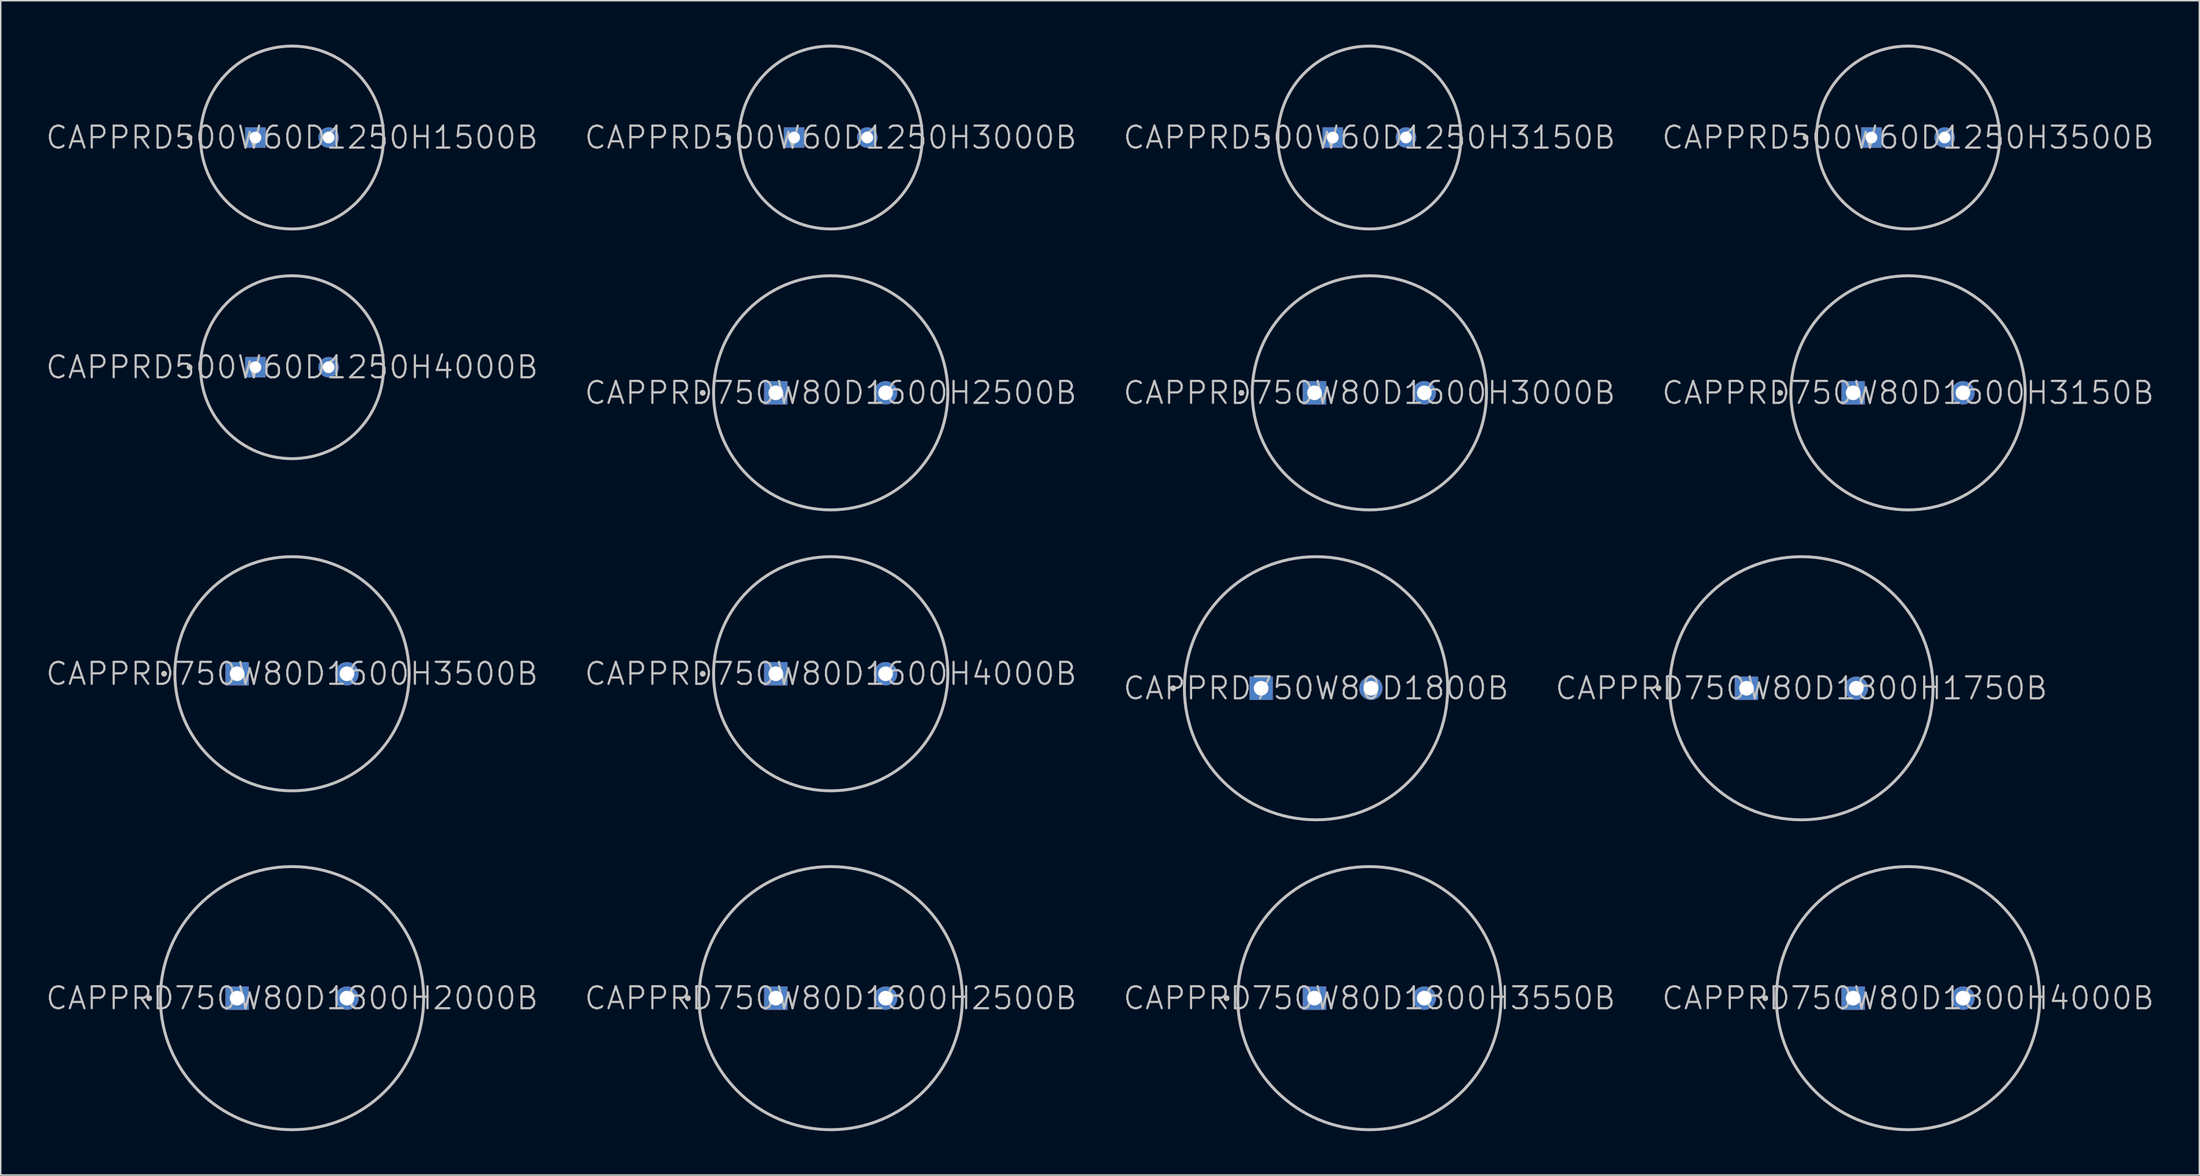
<source format=kicad_pcb>
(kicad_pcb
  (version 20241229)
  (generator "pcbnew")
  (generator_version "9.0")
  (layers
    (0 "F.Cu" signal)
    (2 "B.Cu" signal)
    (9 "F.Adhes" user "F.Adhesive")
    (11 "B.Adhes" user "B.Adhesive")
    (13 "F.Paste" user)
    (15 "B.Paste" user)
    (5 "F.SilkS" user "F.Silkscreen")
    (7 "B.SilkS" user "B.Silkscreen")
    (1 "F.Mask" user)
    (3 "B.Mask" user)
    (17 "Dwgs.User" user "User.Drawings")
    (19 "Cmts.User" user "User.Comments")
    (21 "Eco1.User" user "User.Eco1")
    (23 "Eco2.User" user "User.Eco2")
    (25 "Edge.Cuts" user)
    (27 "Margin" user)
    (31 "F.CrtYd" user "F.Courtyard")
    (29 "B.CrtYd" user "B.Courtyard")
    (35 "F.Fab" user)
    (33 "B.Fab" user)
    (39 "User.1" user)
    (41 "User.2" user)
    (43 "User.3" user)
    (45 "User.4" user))
  (footprint "CAPPRD750W80D1600H4000B"
    (layer "F.Cu")
    (at 53.689 43.003)
    (property "Reference" "CAPPRD750W80D1600H4000B" (at 0 0 0) (layer "Dwgs.User") (effects (font (size 1.5 1.5) (thickness 0.15))))
    (attr through_hole)
    (fp_line (start -8.738 0) (end -8.738 0) (stroke (width 0.381) (type solid)) (layer "F.SilkS"))
    (fp_line (start -8.738 0) (end -8.738 0) (stroke (width 0.381) (type solid)) (layer "Dwgs.User"))
    (fp_circle (center 0 0) (end 8.001 0) (stroke (width 0.2) (type solid)) (fill no) (layer "Dwgs.User"))
    (pad "1" thru_hole rect (at -3.75 0) (size 1.6 1.6) (drill 1) (layers "*.Cu" "*.Mask"))
    (pad "2" thru_hole circle (at 3.75 0) (size 1.6 1.6) (drill 1) (layers "*.Cu" "*.Mask")))
  (footprint "CAPPRD500W60D1250H3500B"
    (layer "F.Cu")
    (at 127.275 6.35)
    (property "Reference" "CAPPRD500W60D1250H3500B" (at 0 0 0) (layer "Dwgs.User") (effects (font (size 1.5 1.5) (thickness 0.15))))
    (attr through_hole)
    (fp_line (start -7 0) (end -7 0) (stroke (width 0.381) (type solid)) (layer "F.SilkS"))
    (fp_line (start -7 0) (end -7 0) (stroke (width 0.381) (type solid)) (layer "Dwgs.User"))
    (fp_circle (center 0 0) (end 6.25 0) (stroke (width 0.2) (type solid)) (fill no) (layer "Dwgs.User"))
    (pad "1" thru_hole rect (at -2.5 0) (size 1.4 1.4) (drill 0.8) (layers "*.Cu" "*.Mask"))
    (pad "2" thru_hole circle (at 2.5 0) (size 1.4 1.4) (drill 0.8) (layers "*.Cu" "*.Mask")))
  (footprint "CAPPRD750W80D1600H2500B"
    (layer "F.Cu")
    (at 53.689 23.801)
    (property "Reference" "CAPPRD750W80D1600H2500B" (at 0 0 0) (layer "Dwgs.User") (effects (font (size 1.5 1.5) (thickness 0.15))))
    (attr through_hole)
    (fp_line (start -8.738 0) (end -8.738 0) (stroke (width 0.381) (type solid)) (layer "F.SilkS"))
    (fp_line (start -8.738 0) (end -8.738 0) (stroke (width 0.381) (type solid)) (layer "Dwgs.User"))
    (fp_circle (center 0 0) (end 8.001 0) (stroke (width 0.2) (type solid)) (fill no) (layer "Dwgs.User"))
    (pad "1" thru_hole rect (at -3.75 0) (size 1.6 1.6) (drill 1) (layers "*.Cu" "*.Mask"))
    (pad "2" thru_hole circle (at 3.75 0) (size 1.6 1.6) (drill 1) (layers "*.Cu" "*.Mask")))
  (footprint "CAPPRD750W80D1800H2000B"
    (layer "F.Cu")
    (at 16.896 65.177)
    (property "Reference" "CAPPRD750W80D1800H2000B" (at 0 0 0) (layer "Dwgs.User") (effects (font (size 1.5 1.5) (thickness 0.15))))
    (attr through_hole)
    (fp_line (start -9.754 0) (end -9.754 0) (stroke (width 0.381) (type solid)) (layer "F.SilkS"))
    (fp_line (start -9.754 0) (end -9.754 0) (stroke (width 0.381) (type solid)) (layer "Dwgs.User"))
    (fp_circle (center 0 0) (end 8.992 0) (stroke (width 0.2) (type solid)) (fill no) (layer "Dwgs.User"))
    (pad "1" thru_hole rect (at -3.75 0) (size 1.6 1.6) (drill 1) (layers "*.Cu" "*.Mask"))
    (pad "2" thru_hole circle (at 3.75 0) (size 1.6 1.6) (drill 1) (layers "*.Cu" "*.Mask")))
  (footprint "CAPPRD750W80D1600H3150B"
    (layer "F.Cu")
    (at 127.275 23.801)
    (property "Reference" "CAPPRD750W80D1600H3150B" (at 0 0 0) (layer "Dwgs.User") (effects (font (size 1.5 1.5) (thickness 0.15))))
    (attr through_hole)
    (fp_line (start -8.738 0) (end -8.738 0) (stroke (width 0.381) (type solid)) (layer "F.SilkS"))
    (fp_line (start -8.738 0) (end -8.738 0) (stroke (width 0.381) (type solid)) (layer "Dwgs.User"))
    (fp_circle (center 0 0) (end 8.001 0) (stroke (width 0.2) (type solid)) (fill no) (layer "Dwgs.User"))
    (pad "1" thru_hole rect (at -3.75 0) (size 1.6 1.6) (drill 1) (layers "*.Cu" "*.Mask"))
    (pad "2" thru_hole circle (at 3.75 0) (size 1.6 1.6) (drill 1) (layers "*.Cu" "*.Mask")))
  (footprint "CAPPRD750W80D1800H4000B"
    (layer "F.Cu")
    (at 127.275 65.177)
    (property "Reference" "CAPPRD750W80D1800H4000B" (at 0 0 0) (layer "Dwgs.User") (effects (font (size 1.5 1.5) (thickness 0.15))))
    (attr through_hole)
    (fp_line (start -9.754 0) (end -9.754 0) (stroke (width 0.381) (type solid)) (layer "F.SilkS"))
    (fp_line (start -9.754 0) (end -9.754 0) (stroke (width 0.381) (type solid)) (layer "Dwgs.User"))
    (fp_circle (center 0 0) (end 8.992 0) (stroke (width 0.2) (type solid)) (fill no) (layer "Dwgs.User"))
    (pad "1" thru_hole rect (at -3.75 0) (size 1.6 1.6) (drill 1) (layers "*.Cu" "*.Mask"))
    (pad "2" thru_hole circle (at 3.75 0) (size 1.6 1.6) (drill 1) (layers "*.Cu" "*.Mask")))
  (footprint "CAPPRD750W80D1800B"
    (layer "F.Cu")
    (at 86.839 43.994)
    (property "Reference" "CAPPRD750W80D1800B" (at 0 0 0) (layer "Dwgs.User") (effects (font (size 1.5 1.5) (thickness 0.15))))
    (attr through_hole)
    (fp_line (start -9.754 0) (end -9.754 0) (stroke (width 0.381) (type solid)) (layer "F.SilkS"))
    (fp_line (start -9.754 0) (end -9.754 0) (stroke (width 0.381) (type solid)) (layer "Dwgs.User"))
    (fp_circle (center 0 0) (end 8.992 0) (stroke (width 0.2) (type solid)) (fill no) (layer "Dwgs.User"))
    (pad "1" thru_hole rect (at -3.75 0) (size 1.6 1.6) (drill 1) (layers "*.Cu" "*.Mask"))
    (pad "2" thru_hole circle (at 3.75 0) (size 1.6 1.6) (drill 1) (layers "*.Cu" "*.Mask")))
  (footprint "CAPPRD500W60D1250H3150B"
    (layer "F.Cu")
    (at 90.482 6.35)
    (property "Reference" "CAPPRD500W60D1250H3150B" (at 0 0 0) (layer "Dwgs.User") (effects (font (size 1.5 1.5) (thickness 0.15))))
    (attr through_hole)
    (fp_line (start -7 0) (end -7 0) (stroke (width 0.381) (type solid)) (layer "F.SilkS"))
    (fp_line (start -7 0) (end -7 0) (stroke (width 0.381) (type solid)) (layer "Dwgs.User"))
    (fp_circle (center 0 0) (end 6.25 0) (stroke (width 0.2) (type solid)) (fill no) (layer "Dwgs.User"))
    (pad "1" thru_hole rect (at -2.5 0) (size 1.4 1.4) (drill 0.8) (layers "*.Cu" "*.Mask"))
    (pad "2" thru_hole circle (at 2.5 0) (size 1.4 1.4) (drill 0.8) (layers "*.Cu" "*.Mask")))
  (footprint "CAPPRD750W80D1600H3500B"
    (layer "F.Cu")
    (at 16.896 43.003)
    (property "Reference" "CAPPRD750W80D1600H3500B" (at 0 0 0) (layer "Dwgs.User") (effects (font (size 1.5 1.5) (thickness 0.15))))
    (attr through_hole)
    (fp_line (start -8.738 0) (end -8.738 0) (stroke (width 0.381) (type solid)) (layer "F.SilkS"))
    (fp_line (start -8.738 0) (end -8.738 0) (stroke (width 0.381) (type solid)) (layer "Dwgs.User"))
    (fp_circle (center 0 0) (end 8.001 0) (stroke (width 0.2) (type solid)) (fill no) (layer "Dwgs.User"))
    (pad "1" thru_hole rect (at -3.75 0) (size 1.6 1.6) (drill 1) (layers "*.Cu" "*.Mask"))
    (pad "2" thru_hole circle (at 3.75 0) (size 1.6 1.6) (drill 1) (layers "*.Cu" "*.Mask")))
  (footprint "CAPPRD750W80D1600H3000B"
    (layer "F.Cu")
    (at 90.482 23.801)
    (property "Reference" "CAPPRD750W80D1600H3000B" (at 0 0 0) (layer "Dwgs.User") (effects (font (size 1.5 1.5) (thickness 0.15))))
    (attr through_hole)
    (fp_line (start -8.738 0) (end -8.738 0) (stroke (width 0.381) (type solid)) (layer "F.SilkS"))
    (fp_line (start -8.738 0) (end -8.738 0) (stroke (width 0.381) (type solid)) (layer "Dwgs.User"))
    (fp_circle (center 0 0) (end 8.001 0) (stroke (width 0.2) (type solid)) (fill no) (layer "Dwgs.User"))
    (pad "1" thru_hole rect (at -3.75 0) (size 1.6 1.6) (drill 1) (layers "*.Cu" "*.Mask"))
    (pad "2" thru_hole circle (at 3.75 0) (size 1.6 1.6) (drill 1) (layers "*.Cu" "*.Mask")))
  (footprint "CAPPRD500W60D1250H1500B"
    (layer "F.Cu")
    (at 16.896 6.35)
    (property "Reference" "CAPPRD500W60D1250H1500B" (at 0 0 0) (layer "Dwgs.User") (effects (font (size 1.5 1.5) (thickness 0.15))))
    (attr through_hole)
    (fp_line (start -7 0) (end -7 0) (stroke (width 0.381) (type solid)) (layer "F.SilkS"))
    (fp_line (start -7 0) (end -7 0) (stroke (width 0.381) (type solid)) (layer "Dwgs.User"))
    (fp_circle (center 0 0) (end 6.25 0) (stroke (width 0.2) (type solid)) (fill no) (layer "Dwgs.User"))
    (pad "1" thru_hole rect (at -2.5 0) (size 1.4 1.4) (drill 0.8) (layers "*.Cu" "*.Mask"))
    (pad "2" thru_hole circle (at 2.5 0) (size 1.4 1.4) (drill 0.8) (layers "*.Cu" "*.Mask")))
  (footprint "CAPPRD500W60D1250H4000B"
    (layer "F.Cu")
    (at 16.896 22.05)
    (property "Reference" "CAPPRD500W60D1250H4000B" (at 0 0 0) (layer "Dwgs.User") (effects (font (size 1.5 1.5) (thickness 0.15))))
    (attr through_hole)
    (fp_line (start -7 0) (end -7 0) (stroke (width 0.381) (type solid)) (layer "F.SilkS"))
    (fp_line (start -7 0) (end -7 0) (stroke (width 0.381) (type solid)) (layer "Dwgs.User"))
    (fp_circle (center 0 0) (end 6.25 0) (stroke (width 0.2) (type solid)) (fill no) (layer "Dwgs.User"))
    (pad "1" thru_hole rect (at -2.5 0) (size 1.4 1.4) (drill 0.8) (layers "*.Cu" "*.Mask"))
    (pad "2" thru_hole circle (at 2.5 0) (size 1.4 1.4) (drill 0.8) (layers "*.Cu" "*.Mask")))
  (footprint "CAPPRD750W80D1800H1750B"
    (layer "F.Cu")
    (at 119.989 43.994)
    (property "Reference" "CAPPRD750W80D1800H1750B" (at 0 0 0) (layer "Dwgs.User") (effects (font (size 1.5 1.5) (thickness 0.15))))
    (attr through_hole)
    (fp_line (start -9.754 0) (end -9.754 0) (stroke (width 0.381) (type solid)) (layer "F.SilkS"))
    (fp_line (start -9.754 0) (end -9.754 0) (stroke (width 0.381) (type solid)) (layer "Dwgs.User"))
    (fp_circle (center 0 0) (end 8.992 0) (stroke (width 0.2) (type solid)) (fill no) (layer "Dwgs.User"))
    (pad "1" thru_hole rect (at -3.75 0) (size 1.6 1.6) (drill 1) (layers "*.Cu" "*.Mask"))
    (pad "2" thru_hole circle (at 3.75 0) (size 1.6 1.6) (drill 1) (layers "*.Cu" "*.Mask")))
  (footprint "CAPPRD500W60D1250H3000B"
    (layer "F.Cu")
    (at 53.689 6.35)
    (property "Reference" "CAPPRD500W60D1250H3000B" (at 0 0 0) (layer "Dwgs.User") (effects (font (size 1.5 1.5) (thickness 0.15))))
    (attr through_hole)
    (fp_line (start -7 0) (end -7 0) (stroke (width 0.381) (type solid)) (layer "F.SilkS"))
    (fp_line (start -7 0) (end -7 0) (stroke (width 0.381) (type solid)) (layer "Dwgs.User"))
    (fp_circle (center 0 0) (end 6.25 0) (stroke (width 0.2) (type solid)) (fill no) (layer "Dwgs.User"))
    (pad "1" thru_hole rect (at -2.5 0) (size 1.4 1.4) (drill 0.8) (layers "*.Cu" "*.Mask"))
    (pad "2" thru_hole circle (at 2.5 0) (size 1.4 1.4) (drill 0.8) (layers "*.Cu" "*.Mask")))
  (footprint "CAPPRD750W80D1800H2500B"
    (layer "F.Cu")
    (at 53.689 65.177)
    (property "Reference" "CAPPRD750W80D1800H2500B" (at 0 0 0) (layer "Dwgs.User") (effects (font (size 1.5 1.5) (thickness 0.15))))
    (attr through_hole)
    (fp_line (start -9.754 0) (end -9.754 0) (stroke (width 0.381) (type solid)) (layer "F.SilkS"))
    (fp_line (start -9.754 0) (end -9.754 0) (stroke (width 0.381) (type solid)) (layer "Dwgs.User"))
    (fp_circle (center 0 0) (end 8.992 0) (stroke (width 0.2) (type solid)) (fill no) (layer "Dwgs.User"))
    (pad "1" thru_hole rect (at -3.75 0) (size 1.6 1.6) (drill 1) (layers "*.Cu" "*.Mask"))
    (pad "2" thru_hole circle (at 3.75 0) (size 1.6 1.6) (drill 1) (layers "*.Cu" "*.Mask")))
  (footprint "CAPPRD750W80D1800H3550B"
    (layer "F.Cu")
    (at 90.482 65.177)
    (property "Reference" "CAPPRD750W80D1800H3550B" (at 0 0 0) (layer "Dwgs.User") (effects (font (size 1.5 1.5) (thickness 0.15))))
    (attr through_hole)
    (fp_line (start -9.754 0) (end -9.754 0) (stroke (width 0.381) (type solid)) (layer "F.SilkS"))
    (fp_line (start -9.754 0) (end -9.754 0) (stroke (width 0.381) (type solid)) (layer "Dwgs.User"))
    (fp_circle (center 0 0) (end 8.992 0) (stroke (width 0.2) (type solid)) (fill no) (layer "Dwgs.User"))
    (pad "1" thru_hole rect (at -3.75 0) (size 1.6 1.6) (drill 1) (layers "*.Cu" "*.Mask"))
    (pad "2" thru_hole circle (at 3.75 0) (size 1.6 1.6) (drill 1) (layers "*.Cu" "*.Mask")))
  (gr_rect
    (start -3 -3)
    (end 147.171 77.268)
    (stroke (width 0.1) (type default))
    (fill no)
    (layer "Edge.Cuts")))
</source>
